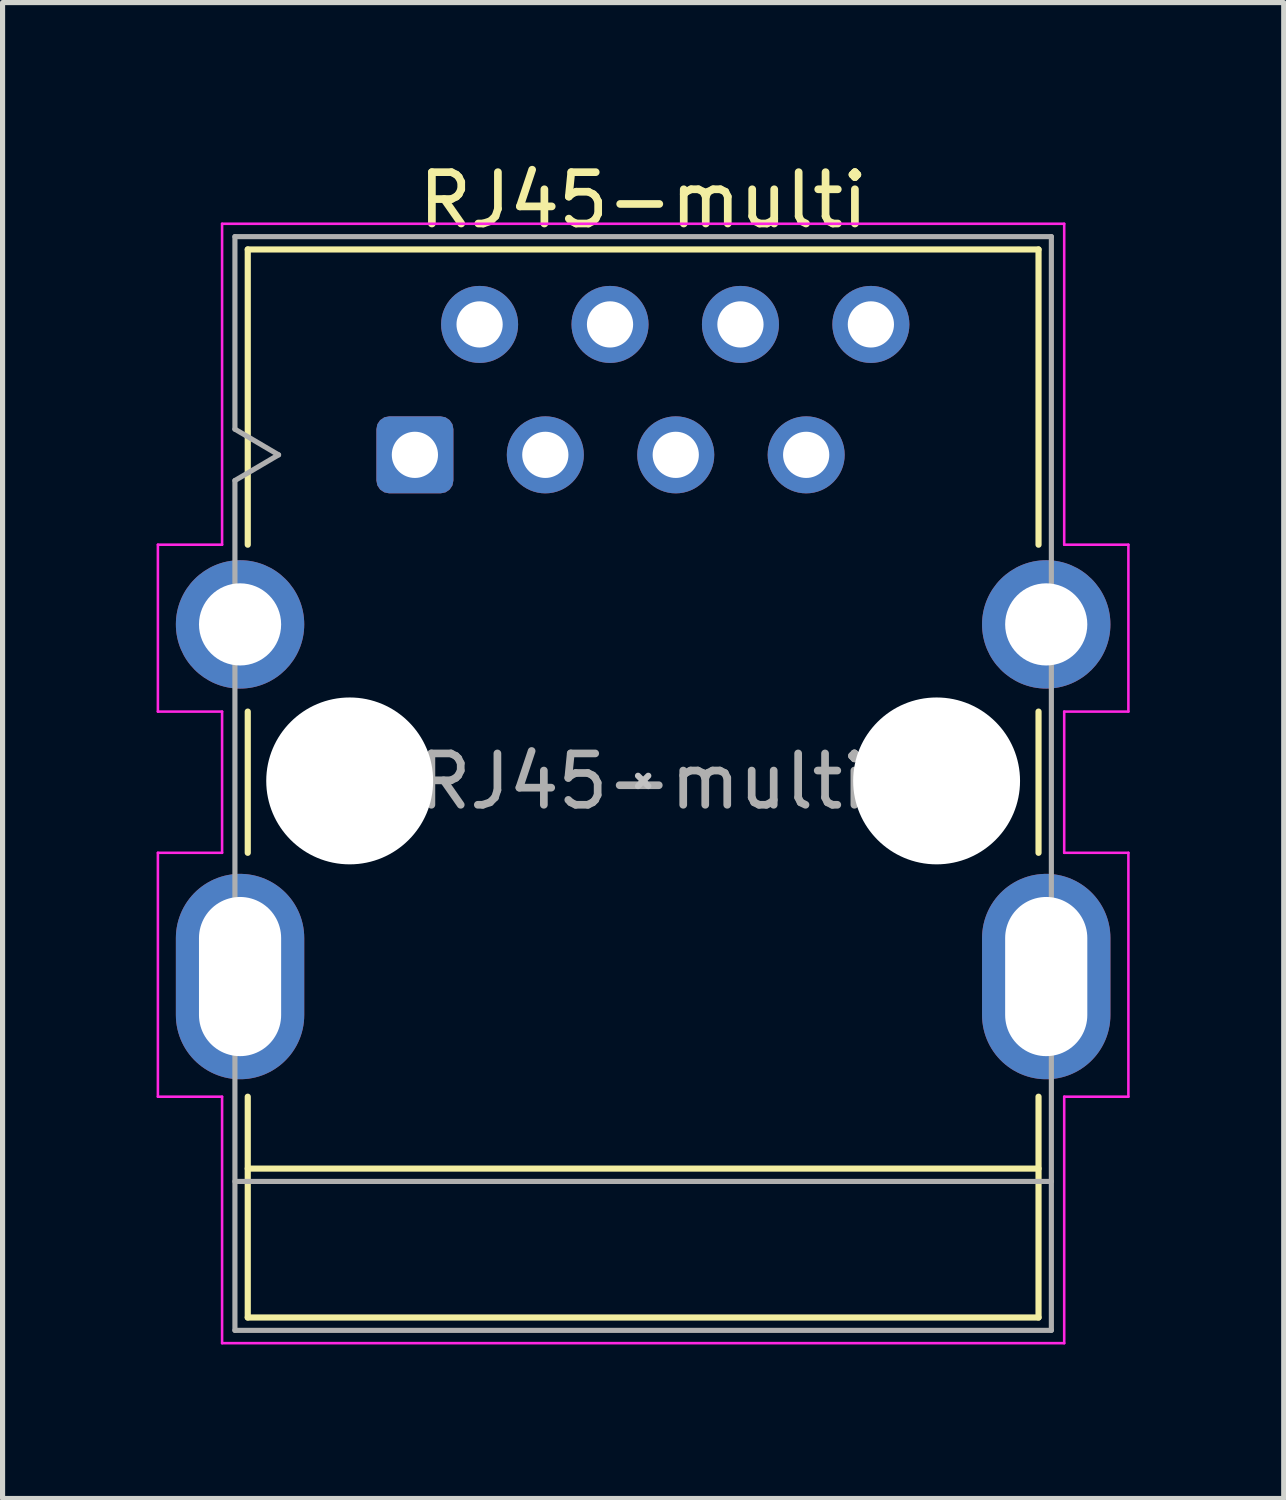
<source format=kicad_pcb>
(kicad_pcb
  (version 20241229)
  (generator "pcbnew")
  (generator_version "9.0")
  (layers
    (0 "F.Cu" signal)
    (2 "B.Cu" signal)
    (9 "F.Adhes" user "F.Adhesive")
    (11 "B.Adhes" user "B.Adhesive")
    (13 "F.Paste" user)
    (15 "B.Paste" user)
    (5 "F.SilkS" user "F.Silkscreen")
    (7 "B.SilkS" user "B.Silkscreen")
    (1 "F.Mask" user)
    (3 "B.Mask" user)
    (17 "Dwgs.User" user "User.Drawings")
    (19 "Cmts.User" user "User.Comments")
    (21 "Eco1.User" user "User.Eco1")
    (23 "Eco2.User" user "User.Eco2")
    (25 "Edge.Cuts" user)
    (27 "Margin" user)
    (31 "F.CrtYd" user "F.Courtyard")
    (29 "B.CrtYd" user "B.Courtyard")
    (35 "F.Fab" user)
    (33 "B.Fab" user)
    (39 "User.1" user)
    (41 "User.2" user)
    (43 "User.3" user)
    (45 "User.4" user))
  (footprint "RJ45-multi"
    (layer "F.Cu")
    (at 5.03 5.808)
    (property "Reference" "RJ45-multi" (at 4.45 -4.96 0) (layer "F.SilkS") (effects (font (size 1 1) (thickness 0.15))))
    (attr through_hole)
    (fp_line (start -3.255 -4) (end -3.255 1.75) (stroke (width 0.12) (type solid)) (layer "F.SilkS"))
    (fp_line (start -3.255 -4) (end 12.145 -4) (stroke (width 0.12) (type solid)) (layer "F.SilkS"))
    (fp_line (start -3.255 5) (end -3.255 7.75) (stroke (width 0.12) (type solid)) (layer "F.SilkS"))
    (fp_line (start -3.255 12.5) (end -3.255 16.8) (stroke (width 0.12) (type solid)) (layer "F.SilkS"))
    (fp_line (start -3.255 16.8) (end 12.145 16.8) (stroke (width 0.12) (type solid)) (layer "F.SilkS"))
    (fp_line (start 12.145 -4) (end 12.145 1.75) (stroke (width 0.12) (type solid)) (layer "F.SilkS"))
    (fp_line (start 12.145 5) (end 12.145 7.75) (stroke (width 0.12) (type solid)) (layer "F.SilkS"))
    (fp_line (start 12.145 13.9) (end -3.255 13.9) (stroke (width 0.12) (type solid)) (layer "F.SilkS"))
    (fp_line (start 12.145 16.8) (end 12.145 12.5) (stroke (width 0.12) (type solid)) (layer "F.SilkS"))
    (fp_line (start 4.345 6.25) (end 4.545 6.45) (stroke (width 0.12) (type solid)) (layer "Dwgs.User"))
    (fp_line (start 4.545 6.25) (end 4.345 6.45) (stroke (width 0.12) (type solid)) (layer "Dwgs.User"))
    (fp_line (start -5.005 1.75) (end -5.005 5) (stroke (width 0.05) (type solid)) (layer "F.CrtYd"))
    (fp_line (start -5.005 5) (end -3.755 5) (stroke (width 0.05) (type solid)) (layer "F.CrtYd"))
    (fp_line (start -5.005 7.75) (end -5.005 12.5) (stroke (width 0.05) (type solid)) (layer "F.CrtYd"))
    (fp_line (start -5.005 12.5) (end -3.755 12.5) (stroke (width 0.05) (type solid)) (layer "F.CrtYd"))
    (fp_line (start -3.755 -4.5) (end -3.755 1.75) (stroke (width 0.05) (type solid)) (layer "F.CrtYd"))
    (fp_line (start -3.755 1.75) (end -5.005 1.75) (stroke (width 0.05) (type solid)) (layer "F.CrtYd"))
    (fp_line (start -3.755 5) (end -3.755 7.75) (stroke (width 0.05) (type solid)) (layer "F.CrtYd"))
    (fp_line (start -3.755 7.75) (end -5.005 7.75) (stroke (width 0.05) (type solid)) (layer "F.CrtYd"))
    (fp_line (start -3.755 12.5) (end -3.755 17.3) (stroke (width 0.05) (type solid)) (layer "F.CrtYd"))
    (fp_line (start -3.755 17.3) (end 12.645 17.3) (stroke (width 0.05) (type solid)) (layer "F.CrtYd"))
    (fp_line (start 12.645 -4.5) (end -3.755 -4.5) (stroke (width 0.05) (type solid)) (layer "F.CrtYd"))
    (fp_line (start 12.645 -4.5) (end 12.645 1.75) (stroke (width 0.05) (type solid)) (layer "F.CrtYd"))
    (fp_line (start 12.645 5) (end 12.645 7.75) (stroke (width 0.05) (type solid)) (layer "F.CrtYd"))
    (fp_line (start 12.645 5) (end 13.895 5) (stroke (width 0.05) (type solid)) (layer "F.CrtYd"))
    (fp_line (start 12.645 12.5) (end 12.645 17.3) (stroke (width 0.05) (type solid)) (layer "F.CrtYd"))
    (fp_line (start 12.645 12.5) (end 13.895 12.5) (stroke (width 0.05) (type solid)) (layer "F.CrtYd"))
    (fp_line (start 13.895 1.75) (end 12.645 1.75) (stroke (width 0.05) (type solid)) (layer "F.CrtYd"))
    (fp_line (start 13.895 5) (end 13.895 1.75) (stroke (width 0.05) (type solid)) (layer "F.CrtYd"))
    (fp_line (start 13.895 7.75) (end 12.645 7.75) (stroke (width 0.05) (type solid)) (layer "F.CrtYd"))
    (fp_line (start 13.895 12.5) (end 13.895 7.75) (stroke (width 0.05) (type solid)) (layer "F.CrtYd"))
    (fp_line (start -3.505 -4.25) (end -3.505 -0.5) (stroke (width 0.1) (type solid)) (layer "F.Fab"))
    (fp_line (start -3.505 -4.25) (end 12.395 -4.25) (stroke (width 0.1) (type solid)) (layer "F.Fab"))
    (fp_line (start -3.505 -0.5) (end -2.655 0) (stroke (width 0.1) (type solid)) (layer "F.Fab"))
    (fp_line (start -3.505 0.5) (end -3.505 17.05) (stroke (width 0.1) (type solid)) (layer "F.Fab"))
    (fp_line (start -3.505 17.05) (end 12.395 17.05) (stroke (width 0.1) (type solid)) (layer "F.Fab"))
    (fp_line (start -2.655 0) (end -3.505 0.5) (stroke (width 0.1) (type solid)) (layer "F.Fab"))
    (fp_line (start 12.395 -4.25) (end 12.395 17.05) (stroke (width 0.1) (type solid)) (layer "F.Fab"))
    (fp_line (start 12.395 14.15) (end -3.505 14.15) (stroke (width 0.1) (type solid)) (layer "F.Fab"))
    (fp_text user "${REFERENCE}" (at 4.44 6.36 0) (layer "F.Fab") (effects (font (size 1 1) (thickness 0.15))))
    (pad "" np_thru_hole circle (at -1.27 6.35) (size 3.25 3.25) (drill 3.25) (layers "*.Cu" "*.Mask"))
    (pad "" np_thru_hole circle (at 10.16 6.35) (size 3.25 3.25) (drill 3.25) (layers "*.Cu" "*.Mask"))
    (pad "1" thru_hole roundrect (at 0 0) (size 1.5 1.5) (drill 0.9) (layers "*.Cu" "*.Mask") (roundrect_rratio 0.167))
    (pad "2" thru_hole circle (at 1.26 -2.54) (size 1.5 1.5) (drill 0.9) (layers "*.Cu" "*.Mask"))
    (pad "3" thru_hole circle (at 2.54 0) (size 1.5 1.5) (drill 0.9) (layers "*.Cu" "*.Mask"))
    (pad "4" thru_hole circle (at 3.8 -2.54) (size 1.5 1.5) (drill 0.9) (layers "*.Cu" "*.Mask"))
    (pad "5" thru_hole circle (at 5.08 0) (size 1.5 1.5) (drill 0.9) (layers "*.Cu" "*.Mask"))
    (pad "6" thru_hole circle (at 6.34 -2.54 90) (size 1.5 1.5) (drill 0.9) (layers "*.Cu" "*.Mask"))
    (pad "7" thru_hole circle (at 7.62 0) (size 1.5 1.5) (drill 0.9) (layers "*.Cu" "*.Mask"))
    (pad "8" thru_hole circle (at 8.88 -2.54) (size 1.5 1.5) (drill 0.9) (layers "*.Cu" "*.Mask"))
    (pad "SH" thru_hole circle (at -3.405 3.302) (size 2.5 2.5) (drill 1.6) (layers "*.Cu" "*.Mask"))
    (pad "SH" thru_hole oval (at -3.405 10.16) (size 2.5 4) (drill oval 1.6 3.1) (layers "*.Cu" "*.Mask"))
    (pad "SH" thru_hole circle (at 12.295 3.302) (size 2.5 2.5) (drill 1.6) (layers "*.Cu" "*.Mask"))
    (pad "SH" thru_hole oval (at 12.295 10.16) (size 2.5 4) (drill oval 1.6 3.1) (layers "*.Cu" "*.Mask")))
  (gr_rect
    (start -3 -3)
    (end 21.95 26.133)
    (stroke (width 0.1) (type default))
    (fill no)
    (layer "Edge.Cuts")))
</source>
